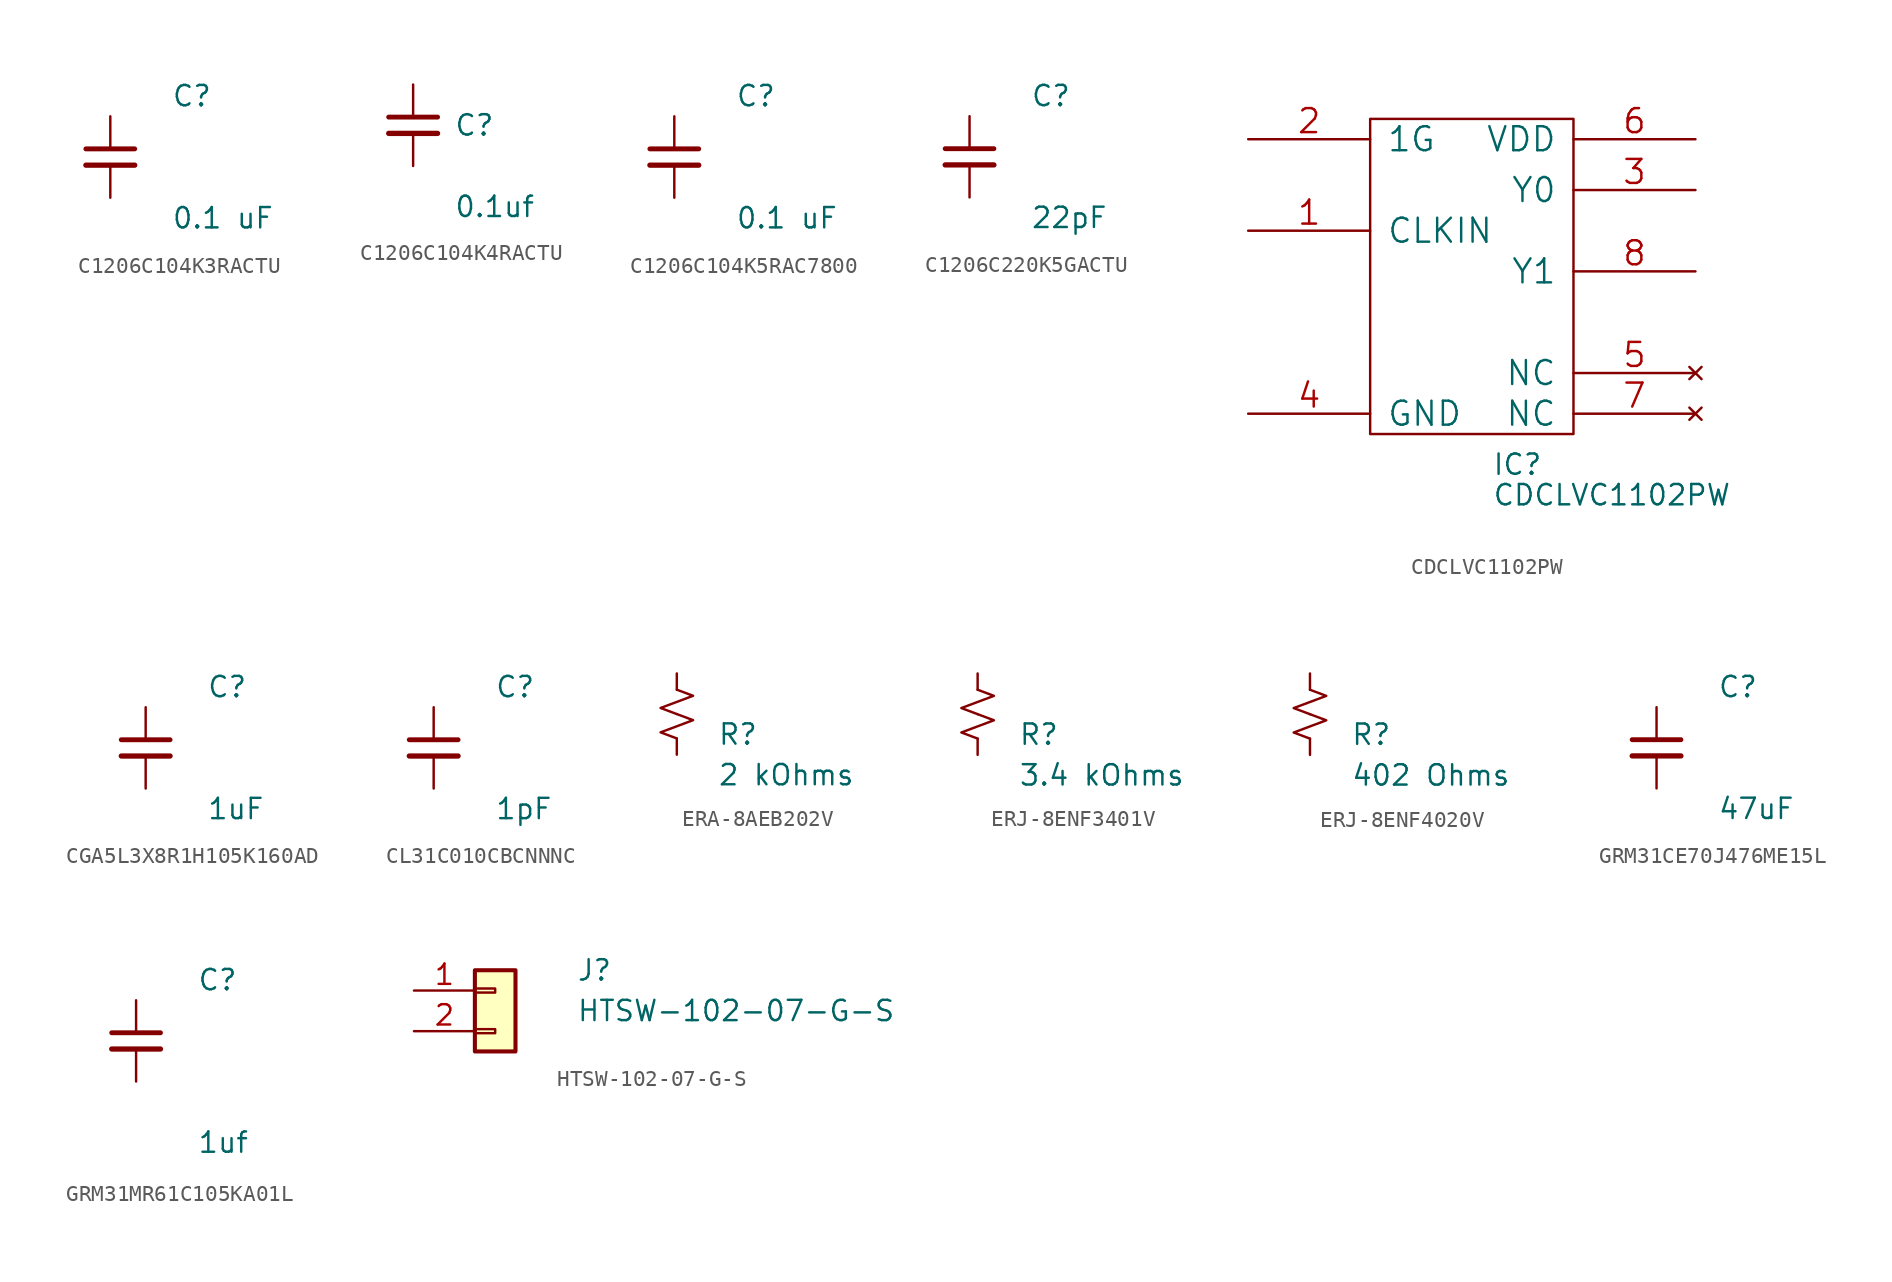
<source format=kicad_sym>
(kicad_symbol_lib
  (version 20210619)
  (generator kicad_symbol_editor)
  (symbol "C1206C104K3RACTU"
    (pin_numbers hide)
    (pin_names
      (offset 1.016))
    (property "Reference" "C"
      (at 3.81 3.81 0)
      (effects (font (size 1.27 1.27)) (justify left)))
    (property "value" "0.1 uF"
      (at 3.81 -3.81 0)
      (effects (font (size 1.27 1.27)) (justify left)))
    (symbol "C1206C104K3RACTU_1_1"
      (polyline (pts (xy -1.524 -0.508) (xy 1.524 -0.508)) (stroke (width 0.33)) (fill (type none)))
      (polyline (pts (xy -1.524 0.508) (xy 1.524 0.508)) (stroke (width 0.305)) (fill (type none)))
      (pin passive line (at 0 2.54 270) (length 2.032) (name "~" (effects (font (size 1.27 1.27)))) (number "1" (effects (font (size 1.27 1.27)))))
      (pin passive line (at 0 -2.54 90) (length 2.032) (name "~" (effects (font (size 1.27 1.27)))) (number "2" (effects (font (size 1.27 1.27)))))))
  (symbol "C1206C104K4RACTU"
    (pin_numbers hide)
    (pin_names
      (offset 1.016))
    (property "Reference" "C"
      (at 2.54 0 0)
      (effects (font (size 1.27 1.27)) (justify left)))
    (property "value" "0.1uf"
      (at 2.54 -5.08 0)
      (effects (font (size 1.27 1.27)) (justify left)))
    (symbol "C1206C104K4RACTU_1_1"
      (polyline (pts (xy -1.524 -0.508) (xy 1.524 -0.508)) (stroke (width 0.33)) (fill (type none)))
      (polyline (pts (xy -1.524 0.508) (xy 1.524 0.508)) (stroke (width 0.305)) (fill (type none)))
      (pin passive line (at 0 2.54 270) (length 2.032) (name "~" (effects (font (size 1.27 1.27)))) (number "1" (effects (font (size 1.27 1.27)))))
      (pin passive line (at 0 -2.54 90) (length 2.032) (name "~" (effects (font (size 1.27 1.27)))) (number "2" (effects (font (size 1.27 1.27)))))))
  (symbol "C1206C104K5RAC7800"
    (pin_numbers hide)
    (pin_names
      (offset 1.016))
    (property "Reference" "C"
      (at 3.81 3.81 0)
      (effects (font (size 1.27 1.27)) (justify left)))
    (property "value" "0.1 uF"
      (at 3.81 -3.81 0)
      (effects (font (size 1.27 1.27)) (justify left)))
    (symbol "C1206C104K5RAC7800_1_1"
      (polyline (pts (xy -1.524 -0.508) (xy 1.524 -0.508)) (stroke (width 0.33)) (fill (type none)))
      (polyline (pts (xy -1.524 0.508) (xy 1.524 0.508)) (stroke (width 0.305)) (fill (type none)))
      (pin passive line (at 0 2.54 270) (length 2.032) (name "~" (effects (font (size 1.27 1.27)))) (number "1" (effects (font (size 1.27 1.27)))))
      (pin passive line (at 0 -2.54 90) (length 2.032) (name "~" (effects (font (size 1.27 1.27)))) (number "2" (effects (font (size 1.27 1.27)))))))
  (symbol "C1206C220K5GACTU"
    (pin_numbers hide)
    (pin_names
      (offset 1.016))
    (property "Reference" "C"
      (at 3.81 3.81 0)
      (effects (font (size 1.27 1.27)) (justify left)))
    (property "value" "22pF"
      (at 3.81 -3.81 0)
      (effects (font (size 1.27 1.27)) (justify left)))
    (symbol "C1206C220K5GACTU_1_1"
      (polyline (pts (xy -1.524 -0.508) (xy 1.524 -0.508)) (stroke (width 0.33)) (fill (type none)))
      (polyline (pts (xy -1.524 0.508) (xy 1.524 0.508)) (stroke (width 0.305)) (fill (type none)))
      (pin passive line (at 0 2.54 270) (length 2.032) (name "~" (effects (font (size 1.27 1.27)))) (number "1" (effects (font (size 1.27 1.27)))))
      (pin passive line (at 0 -2.54 90) (length 2.032) (name "~" (effects (font (size 1.27 1.27)))) (number "2" (effects (font (size 1.27 1.27)))))))
  (symbol "CDCLVC1102PW"
    (pin_names
      (offset 1.016))
    (property "Reference" "IC"
      (at 1.27 -12.065 0)
      (effects (font (size 1.27 1.27)) (justify left)))
    (property "Value" "CDCLVC1102PW"
      (at 1.27 -13.97 0)
      (effects (font (size 1.27 1.27)) (justify left)))
    (symbol "CDCLVC1102PW_0_1"
      (rectangle (start -6.35 9.525) (end 6.35 -10.16) (stroke (width 0)) (fill (type none))))
    (symbol "CDCLVC1102PW_1_1"
      (pin input line (at -13.97 2.54 0) (length 7.62) (name "CLKIN" (effects (font (size 1.499 1.499)))) (number "1" (effects (font (size 1.499 1.499)))))
      (pin input line (at -13.97 8.255 0) (length 7.62) (name "1G" (effects (font (size 1.499 1.499)))) (number "2" (effects (font (size 1.499 1.499)))))
      (pin output line (at 13.97 5.08 180) (length 7.62) (name "Y0" (effects (font (size 1.499 1.499)))) (number "3" (effects (font (size 1.499 1.499)))))
      (pin power_in line (at -13.97 -8.89 0) (length 7.62) (name "GND" (effects (font (size 1.499 1.499)))) (number "4" (effects (font (size 1.499 1.499)))))
      (pin no_connect line (at 13.97 -6.35 180) (length 7.62) (name "NC" (effects (font (size 1.499 1.499)))) (number "5" (effects (font (size 1.499 1.499)))))
      (pin power_in line (at 13.97 8.255 180) (length 7.62) (name "VDD" (effects (font (size 1.499 1.499)))) (number "6" (effects (font (size 1.499 1.499)))))
      (pin no_connect line (at 13.97 -8.89 180) (length 7.62) (name "NC" (effects (font (size 1.499 1.499)))) (number "7" (effects (font (size 1.499 1.499)))))
      (pin output line (at 13.97 0 180) (length 7.62) (name "Y1" (effects (font (size 1.499 1.499)))) (number "8" (effects (font (size 1.499 1.499)))))))
  (symbol "CGA5L3X8R1H105K160AD"
    (pin_numbers hide)
    (pin_names
      (offset 1.016))
    (property "Reference" "C"
      (at 3.81 3.81 0)
      (effects (font (size 1.27 1.27)) (justify left)))
    (property "value" "1uF"
      (at 3.81 -3.81 0)
      (effects (font (size 1.27 1.27)) (justify left)))
    (symbol "CGA5L3X8R1H105K160AD_1_1"
      (polyline (pts (xy -1.524 -0.508) (xy 1.524 -0.508)) (stroke (width 0.33)) (fill (type none)))
      (polyline (pts (xy -1.524 0.508) (xy 1.524 0.508)) (stroke (width 0.305)) (fill (type none)))
      (pin passive line (at 0 2.54 270) (length 2.032) (name "~" (effects (font (size 1.27 1.27)))) (number "1" (effects (font (size 1.27 1.27)))))
      (pin passive line (at 0 -2.54 90) (length 2.032) (name "~" (effects (font (size 1.27 1.27)))) (number "2" (effects (font (size 1.27 1.27)))))))
  (symbol "CL31C010CBCNNNC"
    (pin_numbers hide)
    (pin_names
      (offset 1.016))
    (property "Reference" "C"
      (at 3.81 3.81 0)
      (effects (font (size 1.27 1.27)) (justify left)))
    (property "value" "1pF"
      (at 3.81 -3.81 0)
      (effects (font (size 1.27 1.27)) (justify left)))
    (symbol "CL31C010CBCNNNC_1_1"
      (polyline (pts (xy -1.524 -0.508) (xy 1.524 -0.508)) (stroke (width 0.33)) (fill (type none)))
      (polyline (pts (xy -1.524 0.508) (xy 1.524 0.508)) (stroke (width 0.305)) (fill (type none)))
      (pin passive line (at 0 2.54 270) (length 2.032) (name "~" (effects (font (size 1.27 1.27)))) (number "1" (effects (font (size 1.27 1.27)))))
      (pin passive line (at 0 -2.54 90) (length 2.032) (name "~" (effects (font (size 1.27 1.27)))) (number "2" (effects (font (size 1.27 1.27)))))))
  (symbol "ERA-8AEB202V"
    (pin_numbers hide)
    (pin_names
      (offset 0.254) hide)
    (property "Reference" "R"
      (at 2.54 -1.27 0)
      (effects (font (size 1.27 1.27)) (justify left)))
    (property "value" "2 kOhms"
      (at 2.54 -3.81 0)
      (effects (font (size 1.27 1.27)) (justify left)))
    (symbol "ERA-8AEB202V_1_1"
      (polyline (pts (xy 0 0) (xy 1.016 -0.381) (xy 0 -0.762) (xy -1.016 -1.143) (xy 0 -1.524)) (stroke (width 0)) (fill (type none)))
      (polyline (pts (xy 0 1.524) (xy 1.016 1.143) (xy 0 0.762) (xy -1.016 0.381) (xy 0 0)) (stroke (width 0)) (fill (type none)))
      (pin passive line (at 0 2.54 270) (length 1.016) (name "~" (effects (font (size 1.27 1.27)))) (number "1" (effects (font (size 1.27 1.27)))))
      (pin passive line (at 0 -2.54 90) (length 1.016) (name "~" (effects (font (size 1.27 1.27)))) (number "2" (effects (font (size 1.27 1.27)))))))
  (symbol "ERJ-8ENF3401V"
    (pin_numbers hide)
    (pin_names
      (offset 0.254) hide)
    (property "Reference" "R"
      (at 2.54 -1.27 0)
      (effects (font (size 1.27 1.27)) (justify left)))
    (property "value" "3.4 kOhms"
      (at 2.54 -3.81 0)
      (effects (font (size 1.27 1.27)) (justify left)))
    (symbol "ERJ-8ENF3401V_1_1"
      (polyline (pts (xy 0 0) (xy 1.016 -0.381) (xy 0 -0.762) (xy -1.016 -1.143) (xy 0 -1.524)) (stroke (width 0)) (fill (type none)))
      (polyline (pts (xy 0 1.524) (xy 1.016 1.143) (xy 0 0.762) (xy -1.016 0.381) (xy 0 0)) (stroke (width 0)) (fill (type none)))
      (pin passive line (at 0 2.54 270) (length 1.016) (name "~" (effects (font (size 1.27 1.27)))) (number "1" (effects (font (size 1.27 1.27)))))
      (pin passive line (at 0 -2.54 90) (length 1.016) (name "~" (effects (font (size 1.27 1.27)))) (number "2" (effects (font (size 1.27 1.27)))))))
  (symbol "ERJ-8ENF4020V"
    (pin_numbers hide)
    (pin_names
      (offset 0.254) hide)
    (property "Reference" "R"
      (at 2.54 -1.27 0)
      (effects (font (size 1.27 1.27)) (justify left)))
    (property "value" "402 Ohms"
      (at 2.54 -3.81 0)
      (effects (font (size 1.27 1.27)) (justify left)))
    (symbol "ERJ-8ENF4020V_1_1"
      (polyline (pts (xy 0 0) (xy 1.016 -0.381) (xy 0 -0.762) (xy -1.016 -1.143) (xy 0 -1.524)) (stroke (width 0)) (fill (type none)))
      (polyline (pts (xy 0 1.524) (xy 1.016 1.143) (xy 0 0.762) (xy -1.016 0.381) (xy 0 0)) (stroke (width 0)) (fill (type none)))
      (pin passive line (at 0 2.54 270) (length 1.016) (name "~" (effects (font (size 1.27 1.27)))) (number "1" (effects (font (size 1.27 1.27)))))
      (pin passive line (at 0 -2.54 90) (length 1.016) (name "~" (effects (font (size 1.27 1.27)))) (number "2" (effects (font (size 1.27 1.27)))))))
  (symbol "GRM31CE70J476ME15L"
    (pin_numbers hide)
    (pin_names
      (offset 1.016))
    (property "Reference" "C"
      (at 3.81 3.81 0)
      (effects (font (size 1.27 1.27)) (justify left)))
    (property "value" "47uF"
      (at 3.81 -3.81 0)
      (effects (font (size 1.27 1.27)) (justify left)))
    (symbol "GRM31CE70J476ME15L_1_1"
      (polyline (pts (xy -1.524 -0.508) (xy 1.524 -0.508)) (stroke (width 0.33)) (fill (type none)))
      (polyline (pts (xy -1.524 0.508) (xy 1.524 0.508)) (stroke (width 0.305)) (fill (type none)))
      (pin passive line (at 0 2.54 270) (length 2.032) (name "~" (effects (font (size 1.27 1.27)))) (number "1" (effects (font (size 1.27 1.27)))))
      (pin passive line (at 0 -2.54 90) (length 2.032) (name "~" (effects (font (size 1.27 1.27)))) (number "2" (effects (font (size 1.27 1.27)))))))
  (symbol "GRM31MR61C105KA01L"
    (pin_numbers hide)
    (pin_names
      (offset 0.254))
    (property "Reference" "C"
      (at 3.81 3.81 0)
      (effects (font (size 1.27 1.27)) (justify left)))
    (property "value" "1uf"
      (at 3.81 -6.35 0)
      (effects (font (size 1.27 1.27)) (justify left)))
    (symbol "GRM31MR61C105KA01L_1_1"
      (polyline (pts (xy -1.524 -0.508) (xy 1.524 -0.508)) (stroke (width 0.33)) (fill (type none)))
      (polyline (pts (xy -1.524 0.508) (xy 1.524 0.508)) (stroke (width 0.305)) (fill (type none)))
      (pin passive line (at 0 2.54 270) (length 2.032) (name "~" (effects (font (size 1.27 1.27)))) (number "1" (effects (font (size 1.27 1.27)))))
      (pin passive line (at 0 -2.54 90) (length 2.032) (name "~" (effects (font (size 1.27 1.27)))) (number "2" (effects (font (size 1.27 1.27)))))))
  (symbol "HTSW-102-07-G-S"
    (pin_names
      (offset 1.016) hide)
    (property "Reference" "J"
      (at 5.08 1.27 0)
      (effects (font (size 1.27 1.27)) (justify left)))
    (property "Value" "HTSW-102-07-G-S"
      (at 5.08 -1.27 0)
      (effects (font (size 1.27 1.27)) (justify left)))
    (symbol "HTSW-102-07-G-S_1_1"
      (rectangle (start -1.27 -2.413) (end 0 -2.667) (stroke (width 0.152)) (fill (type none)))
      (rectangle (start -1.27 0.127) (end 0 -0.127) (stroke (width 0.152)) (fill (type none)))
      (rectangle (start -1.27 1.27) (end 1.27 -3.81) (stroke (width 0.254)) (fill (type background)))
      (pin passive line (at -5.08 0 0) (length 3.81) (name "Pin_1" (effects (font (size 1.27 1.27)))) (number "1" (effects (font (size 1.27 1.27)))))
      (pin passive line (at -5.08 -2.54 0) (length 3.81) (name "Pin_2" (effects (font (size 1.27 1.27)))) (number "2" (effects (font (size 1.27 1.27))))))))
</source>
